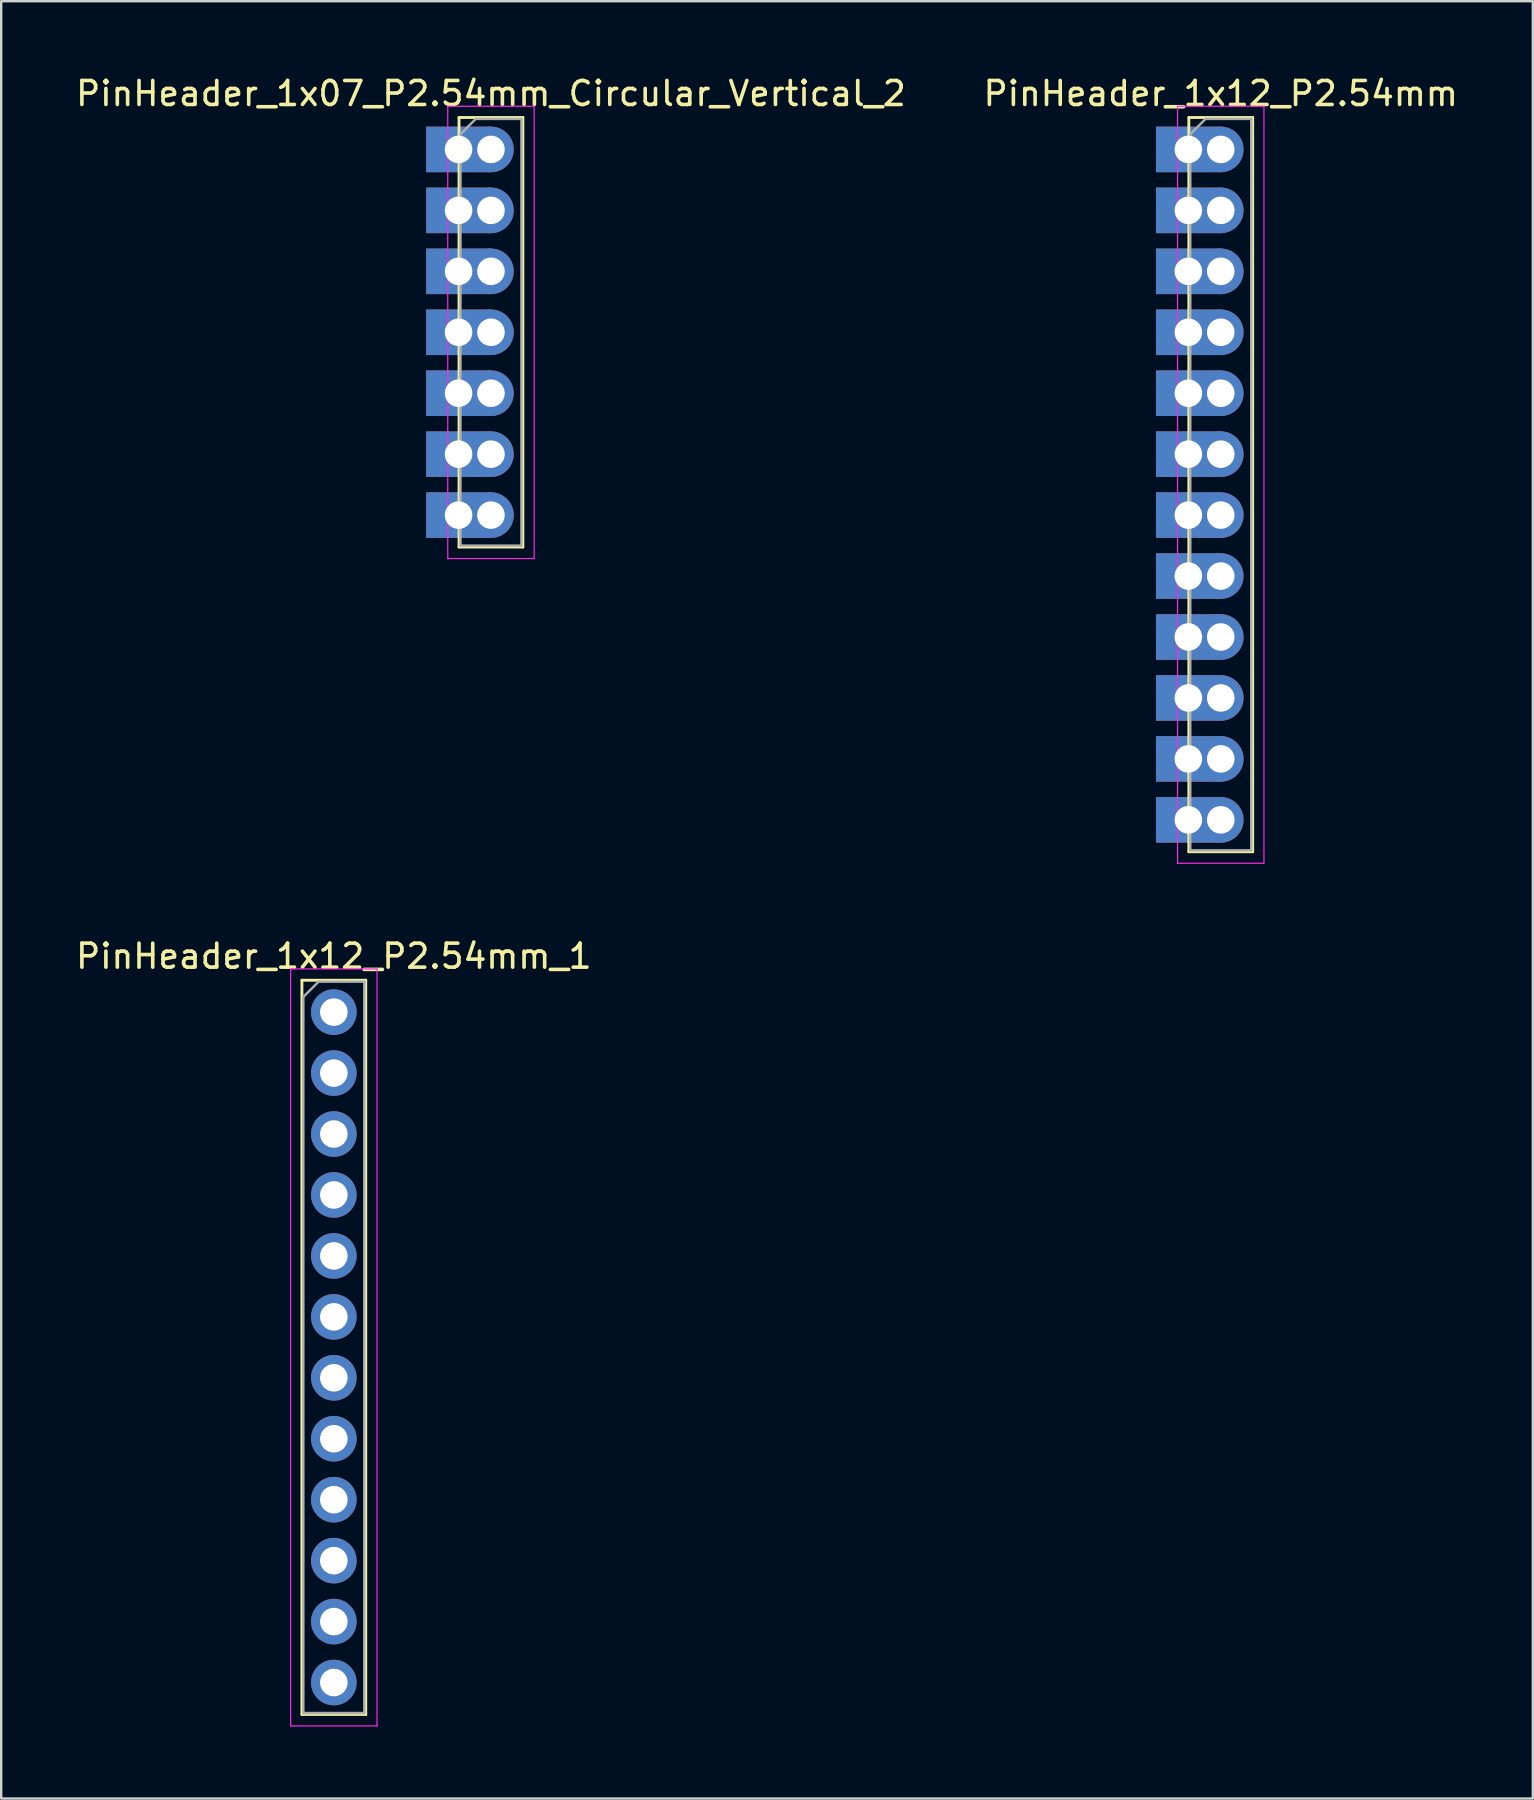
<source format=kicad_pcb>
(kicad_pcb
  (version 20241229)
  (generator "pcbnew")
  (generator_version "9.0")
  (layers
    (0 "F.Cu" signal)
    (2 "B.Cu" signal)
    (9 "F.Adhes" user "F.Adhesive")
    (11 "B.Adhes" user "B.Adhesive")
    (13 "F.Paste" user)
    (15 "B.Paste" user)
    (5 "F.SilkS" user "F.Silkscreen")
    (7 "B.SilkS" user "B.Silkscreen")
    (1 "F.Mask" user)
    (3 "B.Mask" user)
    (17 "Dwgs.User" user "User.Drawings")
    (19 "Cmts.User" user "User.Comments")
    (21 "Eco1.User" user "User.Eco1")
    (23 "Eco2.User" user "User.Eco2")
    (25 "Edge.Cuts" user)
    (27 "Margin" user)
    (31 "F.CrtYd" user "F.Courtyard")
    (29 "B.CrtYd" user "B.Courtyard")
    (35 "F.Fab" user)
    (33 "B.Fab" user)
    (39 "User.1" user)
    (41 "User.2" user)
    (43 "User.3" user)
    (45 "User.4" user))
  (footprint "PinHeader_1x12_P2.54mm_1"
    (layer "F.Cu")
    (at 10.863 39.132)
    (property "Reference" "PinHeader_1x12_P2.54mm_1" (at 0 -2.33 0) (layer "F.SilkS") (effects (font (size 1 1) (thickness 0.15))))
    (attr through_hole)
    (fp_line (start -1.33 -1.33) (end -1.33 29.27) (stroke (width 0.12) (type solid)) (layer "F.SilkS"))
    (fp_line (start -1.33 -1.33) (end 1.33 -1.33) (stroke (width 0.12) (type solid)) (layer "F.SilkS"))
    (fp_line (start -1.33 29.27) (end 1.33 29.27) (stroke (width 0.12) (type solid)) (layer "F.SilkS"))
    (fp_line (start 1.33 -1.33) (end 1.33 29.27) (stroke (width 0.12) (type solid)) (layer "F.SilkS"))
    (fp_line (start -1.8 -1.8) (end -1.8 29.75) (stroke (width 0.05) (type solid)) (layer "F.CrtYd"))
    (fp_line (start -1.8 29.75) (end 1.8 29.75) (stroke (width 0.05) (type solid)) (layer "F.CrtYd"))
    (fp_line (start 1.8 -1.8) (end -1.8 -1.8) (stroke (width 0.05) (type solid)) (layer "F.CrtYd"))
    (fp_line (start 1.8 29.75) (end 1.8 -1.8) (stroke (width 0.05) (type solid)) (layer "F.CrtYd"))
    (fp_line (start -1.27 -0.635) (end -0.635 -1.27) (stroke (width 0.1) (type solid)) (layer "F.Fab"))
    (fp_line (start -1.27 29.21) (end -1.27 -0.635) (stroke (width 0.1) (type solid)) (layer "F.Fab"))
    (fp_line (start -0.635 -1.27) (end 1.27 -1.27) (stroke (width 0.1) (type solid)) (layer "F.Fab"))
    (fp_line (start 1.27 -1.27) (end 1.27 29.21) (stroke (width 0.1) (type solid)) (layer "F.Fab"))
    (fp_line (start 1.27 29.21) (end -1.27 29.21) (stroke (width 0.1) (type solid)) (layer "F.Fab"))
    (pad "1" thru_hole circle (at 0 0) (size 1.9 1.9) (drill 1.15) (layers "*.Cu" "*.Mask"))
    (pad "2" thru_hole circle (at 0 2.54) (size 1.9 1.9) (drill 1.15) (layers "*.Cu" "*.Mask"))
    (pad "3" thru_hole circle (at 0 5.08) (size 1.9 1.9) (drill 1.15) (layers "*.Cu" "*.Mask"))
    (pad "4" thru_hole circle (at 0 7.62) (size 1.9 1.9) (drill 1.15) (layers "*.Cu" "*.Mask"))
    (pad "5" thru_hole circle (at 0 10.16) (size 1.9 1.9) (drill 1.15) (layers "*.Cu" "*.Mask"))
    (pad "6" thru_hole circle (at 0 12.7) (size 1.9 1.9) (drill 1.15) (layers "*.Cu" "*.Mask"))
    (pad "7" thru_hole circle (at 0 15.24) (size 1.9 1.9) (drill 1.15) (layers "*.Cu" "*.Mask"))
    (pad "8" thru_hole circle (at 0 17.78) (size 1.9 1.9) (drill 1.15) (layers "*.Cu" "*.Mask"))
    (pad "9" thru_hole circle (at 0 20.32) (size 1.9 1.9) (drill 1.15) (layers "*.Cu" "*.Mask"))
    (pad "10" thru_hole circle (at 0 22.86) (size 1.9 1.9) (drill 1.15) (layers "*.Cu" "*.Mask"))
    (pad "11" thru_hole circle (at 0 25.4) (size 1.9 1.9) (drill 1.15) (layers "*.Cu" "*.Mask"))
    (pad "12" thru_hole circle (at 0 27.94) (size 1.9 1.9) (drill 1.15) (layers "*.Cu" "*.Mask")))
  (footprint "PinHeader_1x12_P2.54mm"
    (layer "F.Cu")
    (at 47.827 3.178)
    (property "Reference" "PinHeader_1x12_P2.54mm" (at 0 -2.33 0) (layer "F.SilkS") (effects (font (size 1 1) (thickness 0.15))))
    (attr through_hole)
    (fp_line (start -1.33 -1.33) (end -1.33 29.27) (stroke (width 0.12) (type solid)) (layer "F.SilkS"))
    (fp_line (start -1.33 -1.33) (end 1.33 -1.33) (stroke (width 0.12) (type solid)) (layer "F.SilkS"))
    (fp_line (start -1.33 29.27) (end 1.33 29.27) (stroke (width 0.12) (type solid)) (layer "F.SilkS"))
    (fp_line (start 1.33 -1.33) (end 1.33 29.27) (stroke (width 0.12) (type solid)) (layer "F.SilkS"))
    (fp_line (start -1.8 -1.8) (end -1.8 29.75) (stroke (width 0.05) (type solid)) (layer "F.CrtYd"))
    (fp_line (start -1.8 29.75) (end 1.8 29.75) (stroke (width 0.05) (type solid)) (layer "F.CrtYd"))
    (fp_line (start 1.8 -1.8) (end -1.8 -1.8) (stroke (width 0.05) (type solid)) (layer "F.CrtYd"))
    (fp_line (start 1.8 29.75) (end 1.8 -1.8) (stroke (width 0.05) (type solid)) (layer "F.CrtYd"))
    (fp_line (start -1.27 -0.635) (end -0.635 -1.27) (stroke (width 0.1) (type solid)) (layer "F.Fab"))
    (fp_line (start -1.27 29.21) (end -1.27 -0.635) (stroke (width 0.1) (type solid)) (layer "F.Fab"))
    (fp_line (start -0.635 -1.27) (end 1.27 -1.27) (stroke (width 0.1) (type solid)) (layer "F.Fab"))
    (fp_line (start 1.27 -1.27) (end 1.27 29.21) (stroke (width 0.1) (type solid)) (layer "F.Fab"))
    (fp_line (start 1.27 29.21) (end -1.27 29.21) (stroke (width 0.1) (type solid)) (layer "F.Fab"))
    (pad "1" thru_hole rect (at -1.35 0) (size 2.7 1.9) (drill 1.15) (layers "*.Cu" "*.Mask"))
    (pad "1" thru_hole circle (at 0 0) (size 1.9 1.9) (drill 1.15) (layers "*.Cu" "*.Mask"))
    (pad "2" thru_hole rect (at -1.35 2.54) (size 2.7 1.9) (drill 1.15) (layers "*.Cu" "*.Mask"))
    (pad "2" thru_hole circle (at 0 2.54) (size 1.9 1.9) (drill 1.15) (layers "*.Cu" "*.Mask"))
    (pad "3" thru_hole rect (at -1.35 5.08) (size 2.7 1.9) (drill 1.15) (layers "*.Cu" "*.Mask"))
    (pad "3" thru_hole circle (at 0 5.08) (size 1.9 1.9) (drill 1.15) (layers "*.Cu" "*.Mask"))
    (pad "4" thru_hole rect (at -1.35 7.62) (size 2.7 1.9) (drill 1.15) (layers "*.Cu" "*.Mask"))
    (pad "4" thru_hole circle (at 0 7.62) (size 1.9 1.9) (drill 1.15) (layers "*.Cu" "*.Mask"))
    (pad "5" thru_hole rect (at -1.35 10.16) (size 2.7 1.9) (drill 1.15) (layers "*.Cu" "*.Mask"))
    (pad "5" thru_hole circle (at 0 10.16) (size 1.9 1.9) (drill 1.15) (layers "*.Cu" "*.Mask"))
    (pad "6" thru_hole rect (at -1.35 12.7) (size 2.7 1.9) (drill 1.15) (layers "*.Cu" "*.Mask"))
    (pad "6" thru_hole circle (at 0 12.7) (size 1.9 1.9) (drill 1.15) (layers "*.Cu" "*.Mask"))
    (pad "7" thru_hole rect (at -1.35 15.24) (size 2.7 1.9) (drill 1.15) (layers "*.Cu" "*.Mask"))
    (pad "7" thru_hole circle (at 0 15.24) (size 1.9 1.9) (drill 1.15) (layers "*.Cu" "*.Mask"))
    (pad "8" thru_hole rect (at -1.35 17.78) (size 2.7 1.9) (drill 1.15) (layers "*.Cu" "*.Mask"))
    (pad "8" thru_hole circle (at 0 17.78) (size 1.9 1.9) (drill 1.15) (layers "*.Cu" "*.Mask"))
    (pad "9" thru_hole rect (at -1.35 20.32) (size 2.7 1.9) (drill 1.15) (layers "*.Cu" "*.Mask"))
    (pad "9" thru_hole circle (at 0 20.32) (size 1.9 1.9) (drill 1.15) (layers "*.Cu" "*.Mask"))
    (pad "10" thru_hole rect (at -1.35 22.86) (size 2.7 1.9) (drill 1.15) (layers "*.Cu" "*.Mask"))
    (pad "10" thru_hole circle (at 0 22.86) (size 1.9 1.9) (drill 1.15) (layers "*.Cu" "*.Mask"))
    (pad "11" thru_hole rect (at -1.35 25.4) (size 2.7 1.9) (drill 1.15) (layers "*.Cu" "*.Mask"))
    (pad "11" thru_hole circle (at 0 25.4) (size 1.9 1.9) (drill 1.15) (layers "*.Cu" "*.Mask"))
    (pad "12" thru_hole rect (at -1.35 27.94) (size 2.7 1.9) (drill 1.15) (layers "*.Cu" "*.Mask"))
    (pad "12" thru_hole circle (at 0 27.94) (size 1.9 1.9) (drill 1.15) (layers "*.Cu" "*.Mask")))
  (footprint "PinHeader_1x07_P2.54mm_Circular_Vertical_2"
    (layer "F.Cu")
    (at 17.411 3.178)
    (property "Reference" "PinHeader_1x07_P2.54mm_Circular_Vertical_2" (at 0 -2.33 0) (layer "F.SilkS") (effects (font (size 1 1) (thickness 0.15))))
    (attr through_hole)
    (fp_line (start -1.33 -1.33) (end -1.33 16.57) (stroke (width 0.12) (type solid)) (layer "F.SilkS"))
    (fp_line (start -1.33 -1.33) (end 1.33 -1.33) (stroke (width 0.12) (type solid)) (layer "F.SilkS"))
    (fp_line (start -1.33 16.57) (end 1.33 16.57) (stroke (width 0.12) (type solid)) (layer "F.SilkS"))
    (fp_line (start 1.33 -1.33) (end 1.33 16.57) (stroke (width 0.12) (type solid)) (layer "F.SilkS"))
    (fp_line (start -1.8 -1.8) (end -1.8 17.05) (stroke (width 0.05) (type solid)) (layer "F.CrtYd"))
    (fp_line (start -1.8 17.05) (end 1.8 17.05) (stroke (width 0.05) (type solid)) (layer "F.CrtYd"))
    (fp_line (start 1.8 -1.8) (end -1.8 -1.8) (stroke (width 0.05) (type solid)) (layer "F.CrtYd"))
    (fp_line (start 1.8 17.05) (end 1.8 -1.8) (stroke (width 0.05) (type solid)) (layer "F.CrtYd"))
    (fp_line (start -1.27 -0.635) (end -0.635 -1.27) (stroke (width 0.1) (type solid)) (layer "F.Fab"))
    (fp_line (start -1.27 16.51) (end -1.27 -0.635) (stroke (width 0.1) (type solid)) (layer "F.Fab"))
    (fp_line (start -0.635 -1.27) (end 1.27 -1.27) (stroke (width 0.1) (type solid)) (layer "F.Fab"))
    (fp_line (start 1.27 -1.27) (end 1.27 16.51) (stroke (width 0.1) (type solid)) (layer "F.Fab"))
    (fp_line (start 1.27 16.51) (end -1.27 16.51) (stroke (width 0.1) (type solid)) (layer "F.Fab"))
    (pad "1" thru_hole rect (at -1.35 0) (size 2.7 1.9) (drill 1.15) (layers "*.Cu" "*.Mask"))
    (pad "1" thru_hole circle (at 0 0) (size 1.9 1.9) (drill 1.15) (layers "*.Cu" "*.Mask"))
    (pad "2" thru_hole rect (at -1.35 2.54) (size 2.7 1.9) (drill 1.15) (layers "*.Cu" "*.Mask"))
    (pad "2" thru_hole circle (at 0 2.54) (size 1.9 1.9) (drill 1.15) (layers "*.Cu" "*.Mask"))
    (pad "3" thru_hole rect (at -1.35 5.08) (size 2.7 1.9) (drill 1.15) (layers "*.Cu" "*.Mask"))
    (pad "3" thru_hole circle (at 0 5.08) (size 1.9 1.9) (drill 1.15) (layers "*.Cu" "*.Mask"))
    (pad "4" thru_hole rect (at -1.35 7.62) (size 2.7 1.9) (drill 1.15) (layers "*.Cu" "*.Mask"))
    (pad "4" thru_hole circle (at 0 7.62) (size 1.9 1.9) (drill 1.15) (layers "*.Cu" "*.Mask"))
    (pad "5" thru_hole rect (at -1.35 10.16) (size 2.7 1.9) (drill 1.15) (layers "*.Cu" "*.Mask"))
    (pad "5" thru_hole circle (at 0 10.16) (size 1.9 1.9) (drill 1.15) (layers "*.Cu" "*.Mask"))
    (pad "6" thru_hole rect (at -1.35 12.7) (size 2.7 1.9) (drill 1.15) (layers "*.Cu" "*.Mask"))
    (pad "6" thru_hole circle (at 0 12.7) (size 1.9 1.9) (drill 1.15) (layers "*.Cu" "*.Mask"))
    (pad "7" thru_hole rect (at -1.35 15.24) (size 2.7 1.9) (drill 1.15) (layers "*.Cu" "*.Mask"))
    (pad "7" thru_hole circle (at 0 15.24) (size 1.9 1.9) (drill 1.15) (layers "*.Cu" "*.Mask")))
  (gr_rect
    (start -3 -3)
    (end 60.833 71.906)
    (stroke (width 0.1) (type default))
    (fill no)
    (layer "Edge.Cuts")))
</source>
